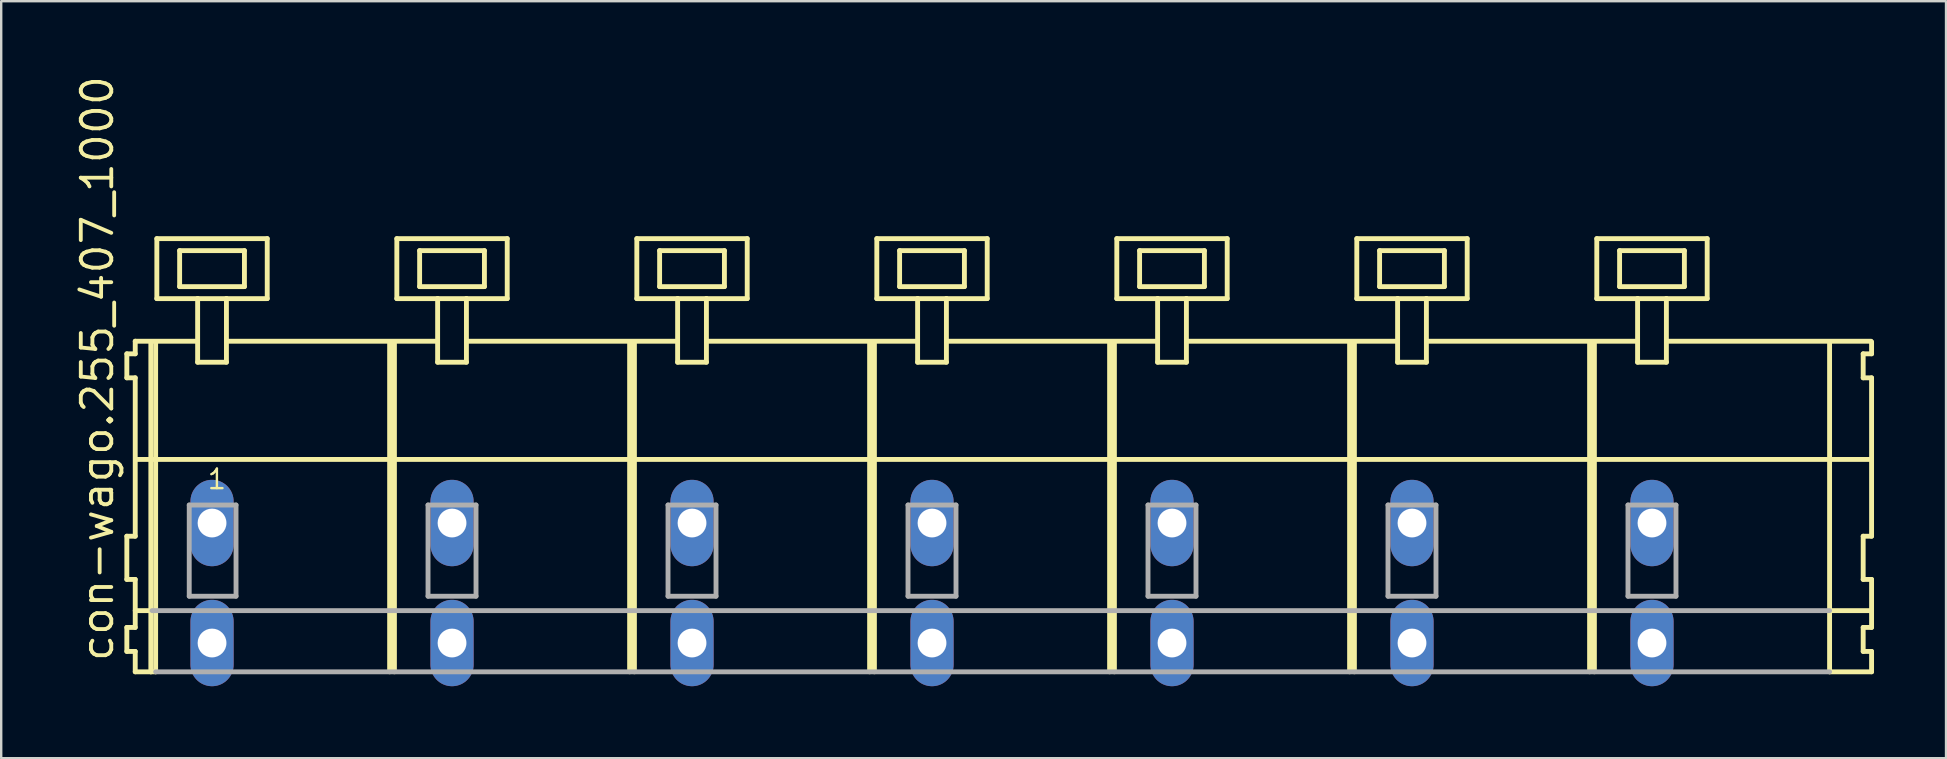
<source format=kicad_pcb>
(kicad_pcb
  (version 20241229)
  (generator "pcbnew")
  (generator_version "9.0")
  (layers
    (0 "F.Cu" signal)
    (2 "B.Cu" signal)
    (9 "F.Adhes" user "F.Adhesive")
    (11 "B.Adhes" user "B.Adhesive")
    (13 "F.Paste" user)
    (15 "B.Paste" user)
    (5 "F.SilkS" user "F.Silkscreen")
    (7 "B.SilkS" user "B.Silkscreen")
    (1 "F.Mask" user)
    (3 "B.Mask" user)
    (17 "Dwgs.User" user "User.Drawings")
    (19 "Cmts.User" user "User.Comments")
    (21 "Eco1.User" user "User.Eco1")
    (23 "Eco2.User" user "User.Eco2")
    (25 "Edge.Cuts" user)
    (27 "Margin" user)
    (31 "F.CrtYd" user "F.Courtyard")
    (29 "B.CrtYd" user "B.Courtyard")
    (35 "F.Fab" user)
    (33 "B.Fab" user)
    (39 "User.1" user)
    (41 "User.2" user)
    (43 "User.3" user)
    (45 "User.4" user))
  (footprint "con-wago.255_407_1000"
    (layer "F.Cu")
    (at 33.285 18.743)
    (property "Reference" "con-wago.255_407_1000" (at -31.535 5.855 90) (layer "F.SilkS") (effects (font (size 1.27 1.27) (thickness 0.16)) (justify left bottom)))
    (attr through_hole)
    (fp_line (start -31.05 -7.05) (end -31.05 -6.05) (stroke (width 0.203) (type default)) (layer "F.SilkS"))
    (fp_line (start -31.05 -6.05) (end -30.7 -6.05) (stroke (width 0.203) (type default)) (layer "F.SilkS"))
    (fp_line (start -31.05 0.55) (end -31.05 2.35) (stroke (width 0.203) (type default)) (layer "F.SilkS"))
    (fp_line (start -31.05 2.35) (end -30.7 2.35) (stroke (width 0.203) (type default)) (layer "F.SilkS"))
    (fp_line (start -31.05 4.35) (end -31.05 5.35) (stroke (width 0.203) (type default)) (layer "F.SilkS"))
    (fp_line (start -31.05 5.35) (end -30.7 5.35) (stroke (width 0.203) (type default)) (layer "F.SilkS"))
    (fp_line (start -30.7 -7.575) (end -30.7 -7.05) (stroke (width 0.203) (type default)) (layer "F.SilkS"))
    (fp_line (start -30.7 -7.575) (end -28.125 -7.575) (stroke (width 0.203) (type default)) (layer "F.SilkS"))
    (fp_line (start -30.7 -7.05) (end -31.05 -7.05) (stroke (width 0.203) (type default)) (layer "F.SilkS"))
    (fp_line (start -30.7 -6.05) (end -30.7 0.55) (stroke (width 0.203) (type default)) (layer "F.SilkS"))
    (fp_line (start -30.7 0.55) (end -31.05 0.55) (stroke (width 0.203) (type default)) (layer "F.SilkS"))
    (fp_line (start -30.7 2.35) (end -30.7 4.35) (stroke (width 0.203) (type default)) (layer "F.SilkS"))
    (fp_line (start -30.7 3.65) (end -30 3.65) (stroke (width 0.203) (type default)) (layer "F.SilkS"))
    (fp_line (start -30.7 4.35) (end -31.05 4.35) (stroke (width 0.203) (type default)) (layer "F.SilkS"))
    (fp_line (start -30.7 5.35) (end -30.7 6.2) (stroke (width 0.203) (type default)) (layer "F.SilkS"))
    (fp_line (start -30.7 6.2) (end -30.05 6.2) (stroke (width 0.203) (type default)) (layer "F.SilkS"))
    (fp_line (start -30.65 -2.65) (end 41.6 -2.65) (stroke (width 0.203) (type default)) (layer "F.SilkS"))
    (fp_line (start -30.05 -7.55) (end -30.05 6.2) (stroke (width 0.203) (type default)) (layer "F.SilkS"))
    (fp_line (start -30.05 6.2) (end -29.85 6.2) (stroke (width 0.203) (type default)) (layer "F.SilkS"))
    (fp_line (start -29.85 -7.55) (end -29.85 6.2) (stroke (width 0.203) (type default)) (layer "F.SilkS"))
    (fp_line (start -29.8 -11.85) (end -29.8 -9.35) (stroke (width 0.203) (type default)) (layer "F.SilkS"))
    (fp_line (start -29.8 -9.35) (end -28.1 -9.35) (stroke (width 0.203) (type default)) (layer "F.SilkS"))
    (fp_line (start -28.85 -11.35) (end -28.85 -9.85) (stroke (width 0.203) (type default)) (layer "F.SilkS"))
    (fp_line (start -28.85 -9.85) (end -26.15 -9.85) (stroke (width 0.203) (type default)) (layer "F.SilkS"))
    (fp_line (start -28.1 -9.35) (end -28.1 -6.7) (stroke (width 0.203) (type default)) (layer "F.SilkS"))
    (fp_line (start -28.1 -9.35) (end -26.9 -9.35) (stroke (width 0.203) (type default)) (layer "F.SilkS"))
    (fp_line (start -28.1 -6.7) (end -26.9 -6.7) (stroke (width 0.203) (type default)) (layer "F.SilkS"))
    (fp_line (start -26.9 -9.35) (end -25.2 -9.35) (stroke (width 0.203) (type default)) (layer "F.SilkS"))
    (fp_line (start -26.9 -6.7) (end -26.9 -9.35) (stroke (width 0.203) (type default)) (layer "F.SilkS"))
    (fp_line (start -26.825 -7.575) (end -18.125 -7.575) (stroke (width 0.203) (type default)) (layer "F.SilkS"))
    (fp_line (start -26.15 -11.35) (end -28.85 -11.35) (stroke (width 0.203) (type default)) (layer "F.SilkS"))
    (fp_line (start -26.15 -9.85) (end -26.15 -11.35) (stroke (width 0.203) (type default)) (layer "F.SilkS"))
    (fp_line (start -25.2 -11.85) (end -29.8 -11.85) (stroke (width 0.203) (type default)) (layer "F.SilkS"))
    (fp_line (start -25.2 -9.35) (end -25.2 -11.85) (stroke (width 0.203) (type default)) (layer "F.SilkS"))
    (fp_line (start -20.1 -7.55) (end -20.1 6.2) (stroke (width 0.203) (type default)) (layer "F.SilkS"))
    (fp_line (start -19.9 -7.55) (end -19.9 6.2) (stroke (width 0.203) (type default)) (layer "F.SilkS"))
    (fp_line (start -19.8 -11.85) (end -19.8 -9.35) (stroke (width 0.203) (type default)) (layer "F.SilkS"))
    (fp_line (start -19.8 -9.35) (end -18.1 -9.35) (stroke (width 0.203) (type default)) (layer "F.SilkS"))
    (fp_line (start -18.85 -11.35) (end -18.85 -9.85) (stroke (width 0.203) (type default)) (layer "F.SilkS"))
    (fp_line (start -18.85 -9.85) (end -16.15 -9.85) (stroke (width 0.203) (type default)) (layer "F.SilkS"))
    (fp_line (start -18.1 -9.35) (end -18.1 -6.7) (stroke (width 0.203) (type default)) (layer "F.SilkS"))
    (fp_line (start -18.1 -9.35) (end -16.9 -9.35) (stroke (width 0.203) (type default)) (layer "F.SilkS"))
    (fp_line (start -18.1 -6.7) (end -16.9 -6.7) (stroke (width 0.203) (type default)) (layer "F.SilkS"))
    (fp_line (start -16.9 -9.35) (end -15.2 -9.35) (stroke (width 0.203) (type default)) (layer "F.SilkS"))
    (fp_line (start -16.9 -6.7) (end -16.9 -9.35) (stroke (width 0.203) (type default)) (layer "F.SilkS"))
    (fp_line (start -16.825 -7.575) (end -8.125 -7.575) (stroke (width 0.203) (type default)) (layer "F.SilkS"))
    (fp_line (start -16.15 -11.35) (end -18.85 -11.35) (stroke (width 0.203) (type default)) (layer "F.SilkS"))
    (fp_line (start -16.15 -9.85) (end -16.15 -11.35) (stroke (width 0.203) (type default)) (layer "F.SilkS"))
    (fp_line (start -15.2 -11.85) (end -19.8 -11.85) (stroke (width 0.203) (type default)) (layer "F.SilkS"))
    (fp_line (start -15.2 -9.35) (end -15.2 -11.85) (stroke (width 0.203) (type default)) (layer "F.SilkS"))
    (fp_line (start -10.1 -7.55) (end -10.1 6.2) (stroke (width 0.203) (type default)) (layer "F.SilkS"))
    (fp_line (start -9.9 -7.55) (end -9.9 6.2) (stroke (width 0.203) (type default)) (layer "F.SilkS"))
    (fp_line (start -9.8 -11.85) (end -9.8 -9.35) (stroke (width 0.203) (type default)) (layer "F.SilkS"))
    (fp_line (start -9.8 -9.35) (end -8.1 -9.35) (stroke (width 0.203) (type default)) (layer "F.SilkS"))
    (fp_line (start -8.85 -11.35) (end -8.85 -9.85) (stroke (width 0.203) (type default)) (layer "F.SilkS"))
    (fp_line (start -8.85 -9.85) (end -6.15 -9.85) (stroke (width 0.203) (type default)) (layer "F.SilkS"))
    (fp_line (start -8.1 -9.35) (end -8.1 -6.7) (stroke (width 0.203) (type default)) (layer "F.SilkS"))
    (fp_line (start -8.1 -9.35) (end -6.9 -9.35) (stroke (width 0.203) (type default)) (layer "F.SilkS"))
    (fp_line (start -8.1 -6.7) (end -6.9 -6.7) (stroke (width 0.203) (type default)) (layer "F.SilkS"))
    (fp_line (start -6.9 -9.35) (end -5.2 -9.35) (stroke (width 0.203) (type default)) (layer "F.SilkS"))
    (fp_line (start -6.9 -6.7) (end -6.9 -9.35) (stroke (width 0.203) (type default)) (layer "F.SilkS"))
    (fp_line (start -6.825 -7.575) (end 1.875 -7.575) (stroke (width 0.203) (type default)) (layer "F.SilkS"))
    (fp_line (start -6.15 -11.35) (end -8.85 -11.35) (stroke (width 0.203) (type default)) (layer "F.SilkS"))
    (fp_line (start -6.15 -9.85) (end -6.15 -11.35) (stroke (width 0.203) (type default)) (layer "F.SilkS"))
    (fp_line (start -5.2 -11.85) (end -9.8 -11.85) (stroke (width 0.203) (type default)) (layer "F.SilkS"))
    (fp_line (start -5.2 -9.35) (end -5.2 -11.85) (stroke (width 0.203) (type default)) (layer "F.SilkS"))
    (fp_line (start -0.1 -7.55) (end -0.1 6.2) (stroke (width 0.203) (type default)) (layer "F.SilkS"))
    (fp_line (start 0.1 -7.55) (end 0.1 6.2) (stroke (width 0.203) (type default)) (layer "F.SilkS"))
    (fp_line (start 0.2 -11.85) (end 0.2 -9.35) (stroke (width 0.203) (type default)) (layer "F.SilkS"))
    (fp_line (start 0.2 -9.35) (end 1.9 -9.35) (stroke (width 0.203) (type default)) (layer "F.SilkS"))
    (fp_line (start 1.15 -11.35) (end 1.15 -9.85) (stroke (width 0.203) (type default)) (layer "F.SilkS"))
    (fp_line (start 1.15 -9.85) (end 3.85 -9.85) (stroke (width 0.203) (type default)) (layer "F.SilkS"))
    (fp_line (start 1.9 -9.35) (end 1.9 -6.7) (stroke (width 0.203) (type default)) (layer "F.SilkS"))
    (fp_line (start 1.9 -9.35) (end 3.1 -9.35) (stroke (width 0.203) (type default)) (layer "F.SilkS"))
    (fp_line (start 1.9 -6.7) (end 3.1 -6.7) (stroke (width 0.203) (type default)) (layer "F.SilkS"))
    (fp_line (start 3.1 -9.35) (end 4.8 -9.35) (stroke (width 0.203) (type default)) (layer "F.SilkS"))
    (fp_line (start 3.1 -6.7) (end 3.1 -9.35) (stroke (width 0.203) (type default)) (layer "F.SilkS"))
    (fp_line (start 3.175 -7.575) (end 11.875 -7.575) (stroke (width 0.203) (type default)) (layer "F.SilkS"))
    (fp_line (start 3.85 -11.35) (end 1.15 -11.35) (stroke (width 0.203) (type default)) (layer "F.SilkS"))
    (fp_line (start 3.85 -9.85) (end 3.85 -11.35) (stroke (width 0.203) (type default)) (layer "F.SilkS"))
    (fp_line (start 4.8 -11.85) (end 0.2 -11.85) (stroke (width 0.203) (type default)) (layer "F.SilkS"))
    (fp_line (start 4.8 -9.35) (end 4.8 -11.85) (stroke (width 0.203) (type default)) (layer "F.SilkS"))
    (fp_line (start 9.9 -7.55) (end 9.9 6.2) (stroke (width 0.203) (type default)) (layer "F.SilkS"))
    (fp_line (start 10.1 -7.55) (end 10.1 6.2) (stroke (width 0.203) (type default)) (layer "F.SilkS"))
    (fp_line (start 10.2 -11.85) (end 10.2 -9.35) (stroke (width 0.203) (type default)) (layer "F.SilkS"))
    (fp_line (start 10.2 -9.35) (end 11.9 -9.35) (stroke (width 0.203) (type default)) (layer "F.SilkS"))
    (fp_line (start 11.15 -11.35) (end 11.15 -9.85) (stroke (width 0.203) (type default)) (layer "F.SilkS"))
    (fp_line (start 11.15 -9.85) (end 13.85 -9.85) (stroke (width 0.203) (type default)) (layer "F.SilkS"))
    (fp_line (start 11.9 -9.35) (end 11.9 -6.7) (stroke (width 0.203) (type default)) (layer "F.SilkS"))
    (fp_line (start 11.9 -9.35) (end 13.1 -9.35) (stroke (width 0.203) (type default)) (layer "F.SilkS"))
    (fp_line (start 11.9 -6.7) (end 13.1 -6.7) (stroke (width 0.203) (type default)) (layer "F.SilkS"))
    (fp_line (start 13.1 -9.35) (end 14.8 -9.35) (stroke (width 0.203) (type default)) (layer "F.SilkS"))
    (fp_line (start 13.1 -6.7) (end 13.1 -9.35) (stroke (width 0.203) (type default)) (layer "F.SilkS"))
    (fp_line (start 13.175 -7.575) (end 21.875 -7.575) (stroke (width 0.203) (type default)) (layer "F.SilkS"))
    (fp_line (start 13.85 -11.35) (end 11.15 -11.35) (stroke (width 0.203) (type default)) (layer "F.SilkS"))
    (fp_line (start 13.85 -9.85) (end 13.85 -11.35) (stroke (width 0.203) (type default)) (layer "F.SilkS"))
    (fp_line (start 14.8 -11.85) (end 10.2 -11.85) (stroke (width 0.203) (type default)) (layer "F.SilkS"))
    (fp_line (start 14.8 -9.35) (end 14.8 -11.85) (stroke (width 0.203) (type default)) (layer "F.SilkS"))
    (fp_line (start 19.9 -7.55) (end 19.9 6.2) (stroke (width 0.203) (type default)) (layer "F.SilkS"))
    (fp_line (start 20.1 -7.55) (end 20.1 6.2) (stroke (width 0.203) (type default)) (layer "F.SilkS"))
    (fp_line (start 20.2 -11.85) (end 20.2 -9.35) (stroke (width 0.203) (type default)) (layer "F.SilkS"))
    (fp_line (start 20.2 -9.35) (end 21.9 -9.35) (stroke (width 0.203) (type default)) (layer "F.SilkS"))
    (fp_line (start 21.15 -11.35) (end 21.15 -9.85) (stroke (width 0.203) (type default)) (layer "F.SilkS"))
    (fp_line (start 21.15 -9.85) (end 23.85 -9.85) (stroke (width 0.203) (type default)) (layer "F.SilkS"))
    (fp_line (start 21.9 -9.35) (end 21.9 -6.7) (stroke (width 0.203) (type default)) (layer "F.SilkS"))
    (fp_line (start 21.9 -9.35) (end 23.1 -9.35) (stroke (width 0.203) (type default)) (layer "F.SilkS"))
    (fp_line (start 21.9 -6.7) (end 23.1 -6.7) (stroke (width 0.203) (type default)) (layer "F.SilkS"))
    (fp_line (start 23.1 -9.35) (end 24.8 -9.35) (stroke (width 0.203) (type default)) (layer "F.SilkS"))
    (fp_line (start 23.1 -6.7) (end 23.1 -9.35) (stroke (width 0.203) (type default)) (layer "F.SilkS"))
    (fp_line (start 23.175 -7.575) (end 31.875 -7.575) (stroke (width 0.203) (type default)) (layer "F.SilkS"))
    (fp_line (start 23.85 -11.35) (end 21.15 -11.35) (stroke (width 0.203) (type default)) (layer "F.SilkS"))
    (fp_line (start 23.85 -9.85) (end 23.85 -11.35) (stroke (width 0.203) (type default)) (layer "F.SilkS"))
    (fp_line (start 24.8 -11.85) (end 20.2 -11.85) (stroke (width 0.203) (type default)) (layer "F.SilkS"))
    (fp_line (start 24.8 -9.35) (end 24.8 -11.85) (stroke (width 0.203) (type default)) (layer "F.SilkS"))
    (fp_line (start 29.9 -7.55) (end 29.9 6.2) (stroke (width 0.203) (type default)) (layer "F.SilkS"))
    (fp_line (start 30.1 -7.55) (end 30.1 6.2) (stroke (width 0.203) (type default)) (layer "F.SilkS"))
    (fp_line (start 30.2 -11.85) (end 30.2 -9.35) (stroke (width 0.203) (type default)) (layer "F.SilkS"))
    (fp_line (start 30.2 -9.35) (end 31.9 -9.35) (stroke (width 0.203) (type default)) (layer "F.SilkS"))
    (fp_line (start 31.15 -11.35) (end 31.15 -9.85) (stroke (width 0.203) (type default)) (layer "F.SilkS"))
    (fp_line (start 31.15 -9.85) (end 33.85 -9.85) (stroke (width 0.203) (type default)) (layer "F.SilkS"))
    (fp_line (start 31.9 -9.35) (end 31.9 -6.7) (stroke (width 0.203) (type default)) (layer "F.SilkS"))
    (fp_line (start 31.9 -9.35) (end 33.1 -9.35) (stroke (width 0.203) (type default)) (layer "F.SilkS"))
    (fp_line (start 31.9 -6.7) (end 33.1 -6.7) (stroke (width 0.203) (type default)) (layer "F.SilkS"))
    (fp_line (start 33.1 -9.35) (end 34.8 -9.35) (stroke (width 0.203) (type default)) (layer "F.SilkS"))
    (fp_line (start 33.1 -6.7) (end 33.1 -9.35) (stroke (width 0.203) (type default)) (layer "F.SilkS"))
    (fp_line (start 33.125 -7.575) (end 41.625 -7.575) (stroke (width 0.203) (type default)) (layer "F.SilkS"))
    (fp_line (start 33.85 -11.35) (end 31.15 -11.35) (stroke (width 0.203) (type default)) (layer "F.SilkS"))
    (fp_line (start 33.85 -9.85) (end 33.85 -11.35) (stroke (width 0.203) (type default)) (layer "F.SilkS"))
    (fp_line (start 34.8 -11.85) (end 30.2 -11.85) (stroke (width 0.203) (type default)) (layer "F.SilkS"))
    (fp_line (start 34.8 -9.35) (end 34.8 -11.85) (stroke (width 0.203) (type default)) (layer "F.SilkS"))
    (fp_line (start 39.9 -7.55) (end 39.9 6.2) (stroke (width 0.203) (type default)) (layer "F.SilkS"))
    (fp_line (start 39.9 6.2) (end 41.65 6.2) (stroke (width 0.203) (type default)) (layer "F.SilkS"))
    (fp_line (start 39.95 3.65) (end 41.65 3.65) (stroke (width 0.203) (type default)) (layer "F.SilkS"))
    (fp_line (start 41.3 -7.05) (end 41.3 -6.05) (stroke (width 0.203) (type default)) (layer "F.SilkS"))
    (fp_line (start 41.3 -6.05) (end 41.65 -6.05) (stroke (width 0.203) (type default)) (layer "F.SilkS"))
    (fp_line (start 41.3 0.55) (end 41.3 2.35) (stroke (width 0.203) (type default)) (layer "F.SilkS"))
    (fp_line (start 41.3 2.35) (end 41.65 2.35) (stroke (width 0.203) (type default)) (layer "F.SilkS"))
    (fp_line (start 41.3 4.35) (end 41.3 5.35) (stroke (width 0.203) (type default)) (layer "F.SilkS"))
    (fp_line (start 41.3 5.35) (end 41.65 5.35) (stroke (width 0.203) (type default)) (layer "F.SilkS"))
    (fp_line (start 41.65 -7.05) (end 41.3 -7.05) (stroke (width 0.203) (type default)) (layer "F.SilkS"))
    (fp_line (start 41.65 -7.05) (end 41.65 -7.55) (stroke (width 0.203) (type default)) (layer "F.SilkS"))
    (fp_line (start 41.65 0.55) (end 41.3 0.55) (stroke (width 0.203) (type default)) (layer "F.SilkS"))
    (fp_line (start 41.65 0.55) (end 41.65 -6.05) (stroke (width 0.203) (type default)) (layer "F.SilkS"))
    (fp_line (start 41.65 3.65) (end 41.65 2.35) (stroke (width 0.203) (type default)) (layer "F.SilkS"))
    (fp_line (start 41.65 4.35) (end 41.3 4.35) (stroke (width 0.203) (type default)) (layer "F.SilkS"))
    (fp_line (start 41.65 4.35) (end 41.65 3.65) (stroke (width 0.203) (type default)) (layer "F.SilkS"))
    (fp_line (start 41.65 6.2) (end 41.65 5.35) (stroke (width 0.203) (type default)) (layer "F.SilkS"))
    (fp_line (start -30 3.65) (end 39.9 3.65) (stroke (width 0.203) (type default)) (layer "F.Fab"))
    (fp_line (start -29.85 6.2) (end 39.9 6.2) (stroke (width 0.203) (type default)) (layer "F.Fab"))
    (fp_line (start -28.45 -0.75) (end -28.45 3.05) (stroke (width 0.203) (type default)) (layer "F.Fab"))
    (fp_line (start -28.45 3.05) (end -26.5 3.05) (stroke (width 0.203) (type default)) (layer "F.Fab"))
    (fp_line (start -26.5 -0.75) (end -28.45 -0.75) (stroke (width 0.203) (type default)) (layer "F.Fab"))
    (fp_line (start -26.5 3.05) (end -26.5 -0.75) (stroke (width 0.203) (type default)) (layer "F.Fab"))
    (fp_line (start -18.5 -0.75) (end -18.5 3.05) (stroke (width 0.203) (type default)) (layer "F.Fab"))
    (fp_line (start -18.5 3.05) (end -16.5 3.05) (stroke (width 0.203) (type default)) (layer "F.Fab"))
    (fp_line (start -16.5 -0.75) (end -18.5 -0.75) (stroke (width 0.203) (type default)) (layer "F.Fab"))
    (fp_line (start -16.5 3.05) (end -16.5 -0.75) (stroke (width 0.203) (type default)) (layer "F.Fab"))
    (fp_line (start -8.5 -0.75) (end -8.5 3.05) (stroke (width 0.203) (type default)) (layer "F.Fab"))
    (fp_line (start -8.5 3.05) (end -6.5 3.05) (stroke (width 0.203) (type default)) (layer "F.Fab"))
    (fp_line (start -6.5 -0.75) (end -8.5 -0.75) (stroke (width 0.203) (type default)) (layer "F.Fab"))
    (fp_line (start -6.5 3.05) (end -6.5 -0.75) (stroke (width 0.203) (type default)) (layer "F.Fab"))
    (fp_line (start 1.5 -0.75) (end 1.5 3.05) (stroke (width 0.203) (type default)) (layer "F.Fab"))
    (fp_line (start 1.5 3.05) (end 3.5 3.05) (stroke (width 0.203) (type default)) (layer "F.Fab"))
    (fp_line (start 3.5 -0.75) (end 1.5 -0.75) (stroke (width 0.203) (type default)) (layer "F.Fab"))
    (fp_line (start 3.5 3.05) (end 3.5 -0.75) (stroke (width 0.203) (type default)) (layer "F.Fab"))
    (fp_line (start 11.5 -0.75) (end 11.5 3.05) (stroke (width 0.203) (type default)) (layer "F.Fab"))
    (fp_line (start 11.5 3.05) (end 13.5 3.05) (stroke (width 0.203) (type default)) (layer "F.Fab"))
    (fp_line (start 13.5 -0.75) (end 11.5 -0.75) (stroke (width 0.203) (type default)) (layer "F.Fab"))
    (fp_line (start 13.5 3.05) (end 13.5 -0.75) (stroke (width 0.203) (type default)) (layer "F.Fab"))
    (fp_line (start 21.5 -0.75) (end 21.5 3.05) (stroke (width 0.203) (type default)) (layer "F.Fab"))
    (fp_line (start 21.5 3.05) (end 23.5 3.05) (stroke (width 0.203) (type default)) (layer "F.Fab"))
    (fp_line (start 23.5 -0.75) (end 21.5 -0.75) (stroke (width 0.203) (type default)) (layer "F.Fab"))
    (fp_line (start 23.5 3.05) (end 23.5 -0.75) (stroke (width 0.203) (type default)) (layer "F.Fab"))
    (fp_line (start 31.5 -0.75) (end 31.5 3.05) (stroke (width 0.203) (type default)) (layer "F.Fab"))
    (fp_line (start 31.5 3.05) (end 33.5 3.05) (stroke (width 0.203) (type default)) (layer "F.Fab"))
    (fp_line (start 33.5 -0.75) (end 31.5 -0.75) (stroke (width 0.203) (type default)) (layer "F.Fab"))
    (fp_line (start 33.5 3.05) (end 33.5 -0.75) (stroke (width 0.203) (type default)) (layer "F.Fab"))
    (fp_text user "1" (at -27.75 -1.35 0) (layer "F.SilkS") (effects (font (size 0.813 0.813) (thickness 0.1)) (justify left bottom)))
    (pad "A1" thru_hole oval (at -27.5 0 90) (size 3.6 1.8) (drill 1.2) (layers "*.Cu" "*.Mask"))
    (pad "A2" thru_hole oval (at -17.5 0 90) (size 3.6 1.8) (drill 1.2) (layers "*.Cu" "*.Mask"))
    (pad "A3" thru_hole oval (at -7.5 0 90) (size 3.6 1.8) (drill 1.2) (layers "*.Cu" "*.Mask"))
    (pad "A4" thru_hole oval (at 2.5 0 90) (size 3.6 1.8) (drill 1.2) (layers "*.Cu" "*.Mask"))
    (pad "A5" thru_hole oval (at 12.5 0 90) (size 3.6 1.8) (drill 1.2) (layers "*.Cu" "*.Mask"))
    (pad "A6" thru_hole oval (at 22.5 0 90) (size 3.6 1.8) (drill 1.2) (layers "*.Cu" "*.Mask"))
    (pad "A7" thru_hole oval (at 32.5 0 90) (size 3.6 1.8) (drill 1.2) (layers "*.Cu" "*.Mask"))
    (pad "B1" thru_hole oval (at -27.5 5 90) (size 3.6 1.8) (drill 1.2) (layers "*.Cu" "*.Mask"))
    (pad "B2" thru_hole oval (at -17.5 5 90) (size 3.6 1.8) (drill 1.2) (layers "*.Cu" "*.Mask"))
    (pad "B3" thru_hole oval (at -7.5 5 90) (size 3.6 1.8) (drill 1.2) (layers "*.Cu" "*.Mask"))
    (pad "B4" thru_hole oval (at 2.5 5 90) (size 3.6 1.8) (drill 1.2) (layers "*.Cu" "*.Mask"))
    (pad "B5" thru_hole oval (at 12.5 5 90) (size 3.6 1.8) (drill 1.2) (layers "*.Cu" "*.Mask"))
    (pad "B6" thru_hole oval (at 22.5 5 90) (size 3.6 1.8) (drill 1.2) (layers "*.Cu" "*.Mask"))
    (pad "B7" thru_hole oval (at 32.5 5 90) (size 3.6 1.8) (drill 1.2) (layers "*.Cu" "*.Mask")))
  (gr_rect
    (start -3 -3)
    (end 78.037 28.543)
    (stroke (width 0.1) (type default))
    (fill no)
    (layer "Edge.Cuts")))
</source>
